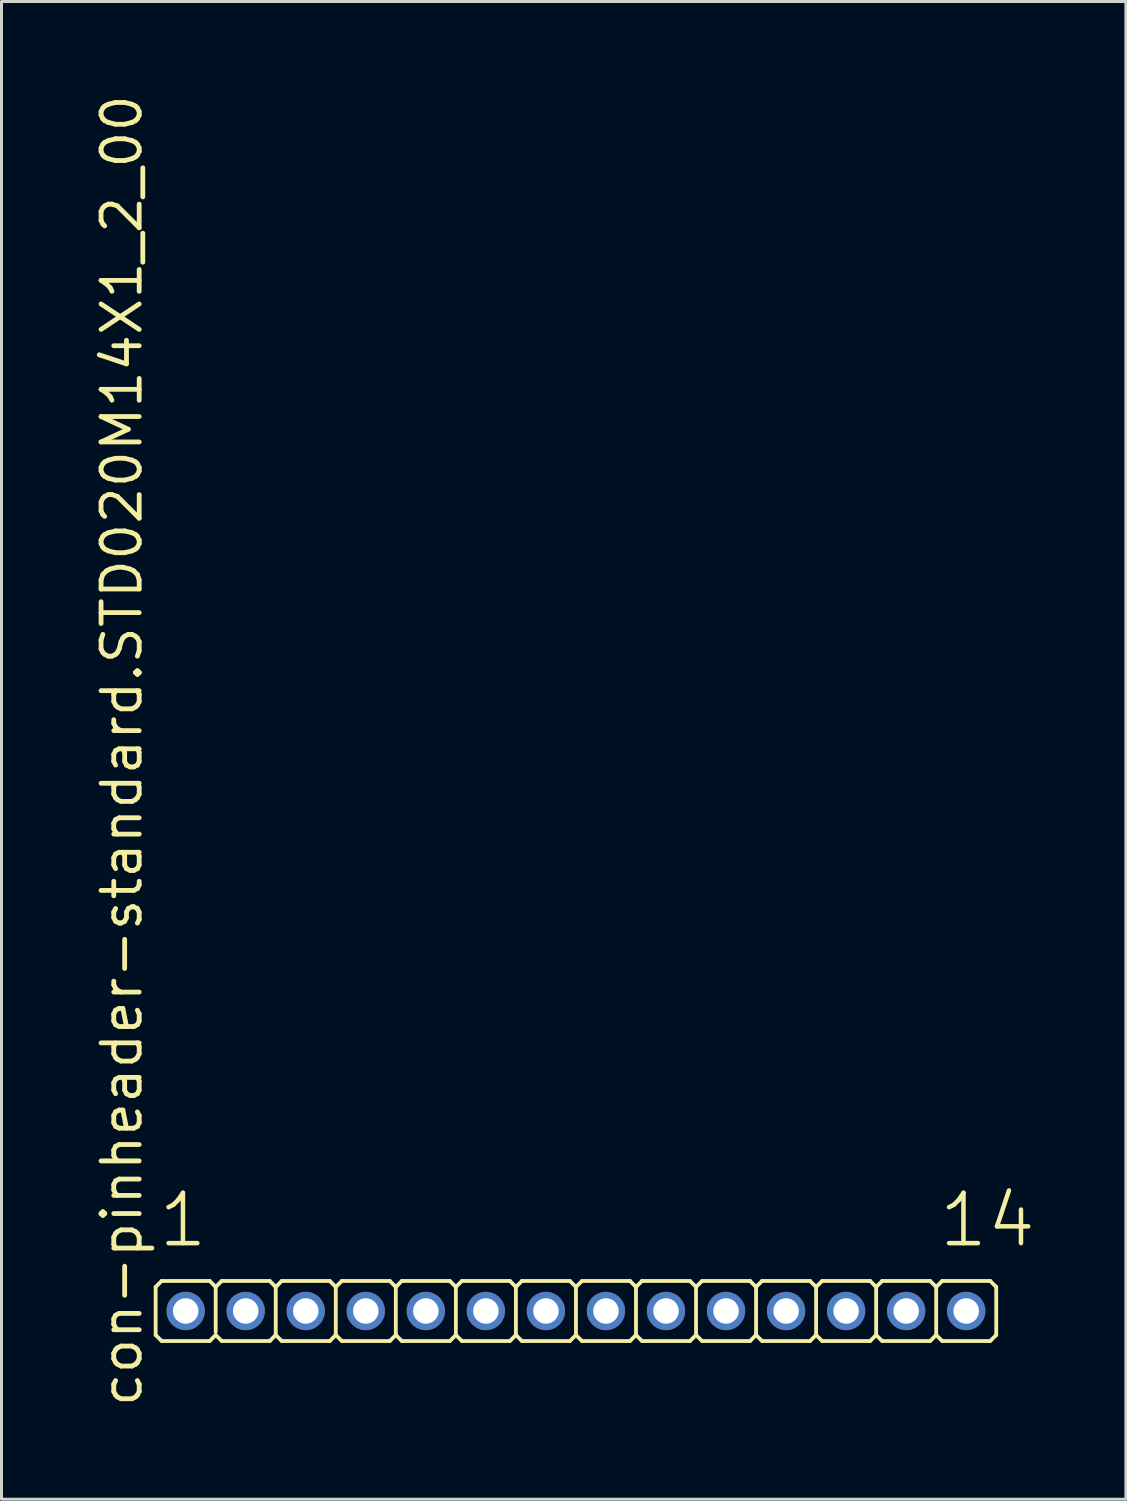
<source format=kicad_pcb>
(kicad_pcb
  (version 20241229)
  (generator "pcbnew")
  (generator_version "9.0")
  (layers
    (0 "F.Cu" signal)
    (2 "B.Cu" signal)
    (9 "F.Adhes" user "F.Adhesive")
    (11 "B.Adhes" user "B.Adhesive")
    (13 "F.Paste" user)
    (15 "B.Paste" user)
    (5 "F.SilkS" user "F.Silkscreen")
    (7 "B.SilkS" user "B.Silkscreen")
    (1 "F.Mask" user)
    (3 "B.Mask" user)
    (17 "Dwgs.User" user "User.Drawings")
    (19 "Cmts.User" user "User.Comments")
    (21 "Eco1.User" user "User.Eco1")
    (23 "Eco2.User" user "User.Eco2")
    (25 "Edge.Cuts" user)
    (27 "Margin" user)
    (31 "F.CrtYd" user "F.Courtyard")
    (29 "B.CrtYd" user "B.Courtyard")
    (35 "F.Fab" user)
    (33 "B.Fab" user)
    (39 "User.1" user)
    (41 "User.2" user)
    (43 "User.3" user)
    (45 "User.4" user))
  (footprint "con-pinheader-standard.STD020M14X1_2_00"
    (layer "F.Cu")
    (at 16.135 40.62)
    (property "Reference" "con-pinheader-standard.STD020M14X1_2_00" (at -14.385 3.27 90) (layer "F.SilkS") (effects (font (size 1.27 1.27) (thickness 0.16)) (justify left bottom)))
    (attr through_hole)
    (fp_line (start -14 0.8) (end -14 -0.8) (stroke (width 0.127) (type default)) (layer "F.SilkS"))
    (fp_line (start -13.8 -1) (end -14 -0.8) (stroke (width 0.127) (type default)) (layer "F.SilkS"))
    (fp_line (start -13.8 -1) (end -12.2 -1) (stroke (width 0.127) (type default)) (layer "F.SilkS"))
    (fp_line (start -13.8 1) (end -14 0.8) (stroke (width 0.127) (type default)) (layer "F.SilkS"))
    (fp_line (start -12.2 -1) (end -12 -0.8) (stroke (width 0.127) (type default)) (layer "F.SilkS"))
    (fp_line (start -12.2 1) (end -13.8 1) (stroke (width 0.127) (type default)) (layer "F.SilkS"))
    (fp_line (start -12.2 1) (end -12 0.8) (stroke (width 0.127) (type default)) (layer "F.SilkS"))
    (fp_line (start -12 -0.8) (end -12 0.7) (stroke (width 0.127) (type default)) (layer "F.SilkS"))
    (fp_line (start -11.8 -1) (end -12 -0.8) (stroke (width 0.127) (type default)) (layer "F.SilkS"))
    (fp_line (start -11.8 -1) (end -10.2 -1) (stroke (width 0.127) (type default)) (layer "F.SilkS"))
    (fp_line (start -11.8 1) (end -12 0.8) (stroke (width 0.127) (type default)) (layer "F.SilkS"))
    (fp_line (start -10.2 -1) (end -10 -0.8) (stroke (width 0.127) (type default)) (layer "F.SilkS"))
    (fp_line (start -10.2 1) (end -11.8 1) (stroke (width 0.127) (type default)) (layer "F.SilkS"))
    (fp_line (start -10.2 1) (end -10 0.8) (stroke (width 0.127) (type default)) (layer "F.SilkS"))
    (fp_line (start -10 -0.8) (end -10 0.8) (stroke (width 0.127) (type default)) (layer "F.SilkS"))
    (fp_line (start -9.8 -1) (end -10 -0.8) (stroke (width 0.127) (type default)) (layer "F.SilkS"))
    (fp_line (start -9.8 -1) (end -8.2 -1) (stroke (width 0.127) (type default)) (layer "F.SilkS"))
    (fp_line (start -9.8 1) (end -10 0.8) (stroke (width 0.127) (type default)) (layer "F.SilkS"))
    (fp_line (start -8.2 -1) (end -8 -0.8) (stroke (width 0.127) (type default)) (layer "F.SilkS"))
    (fp_line (start -8.2 1) (end -9.8 1) (stroke (width 0.127) (type default)) (layer "F.SilkS"))
    (fp_line (start -8.2 1) (end -8 0.8) (stroke (width 0.127) (type default)) (layer "F.SilkS"))
    (fp_line (start -8 -0.8) (end -8 0.8) (stroke (width 0.127) (type default)) (layer "F.SilkS"))
    (fp_line (start -7.8 -1) (end -8 -0.8) (stroke (width 0.127) (type default)) (layer "F.SilkS"))
    (fp_line (start -7.8 -1) (end -6.2 -1) (stroke (width 0.127) (type default)) (layer "F.SilkS"))
    (fp_line (start -7.8 1) (end -8 0.8) (stroke (width 0.127) (type default)) (layer "F.SilkS"))
    (fp_line (start -6.2 -1) (end -6 -0.8) (stroke (width 0.127) (type default)) (layer "F.SilkS"))
    (fp_line (start -6.2 1) (end -7.8 1) (stroke (width 0.127) (type default)) (layer "F.SilkS"))
    (fp_line (start -6.2 1) (end -6 0.8) (stroke (width 0.127) (type default)) (layer "F.SilkS"))
    (fp_line (start -6 -0.8) (end -6 0.8) (stroke (width 0.127) (type default)) (layer "F.SilkS"))
    (fp_line (start -5.8 -1) (end -6 -0.8) (stroke (width 0.127) (type default)) (layer "F.SilkS"))
    (fp_line (start -5.8 -1) (end -4.2 -1) (stroke (width 0.127) (type default)) (layer "F.SilkS"))
    (fp_line (start -5.8 1) (end -6 0.8) (stroke (width 0.127) (type default)) (layer "F.SilkS"))
    (fp_line (start -4.2 -1) (end -4 -0.8) (stroke (width 0.127) (type default)) (layer "F.SilkS"))
    (fp_line (start -4.2 1) (end -5.8 1) (stroke (width 0.127) (type default)) (layer "F.SilkS"))
    (fp_line (start -4.2 1) (end -4 0.8) (stroke (width 0.127) (type default)) (layer "F.SilkS"))
    (fp_line (start -4 -0.8) (end -4 0.8) (stroke (width 0.127) (type default)) (layer "F.SilkS"))
    (fp_line (start -3.8 -1) (end -4 -0.8) (stroke (width 0.127) (type default)) (layer "F.SilkS"))
    (fp_line (start -3.8 -1) (end -2.2 -1) (stroke (width 0.127) (type default)) (layer "F.SilkS"))
    (fp_line (start -3.8 1) (end -4 0.8) (stroke (width 0.127) (type default)) (layer "F.SilkS"))
    (fp_line (start -2.2 -1) (end -2 -0.8) (stroke (width 0.127) (type default)) (layer "F.SilkS"))
    (fp_line (start -2.2 1) (end -3.8 1) (stroke (width 0.127) (type default)) (layer "F.SilkS"))
    (fp_line (start -2.2 1) (end -2 0.8) (stroke (width 0.127) (type default)) (layer "F.SilkS"))
    (fp_line (start -2 -0.8) (end -2 0.8) (stroke (width 0.127) (type default)) (layer "F.SilkS"))
    (fp_line (start -1.8 -1) (end -2 -0.8) (stroke (width 0.127) (type default)) (layer "F.SilkS"))
    (fp_line (start -1.8 -1) (end -0.2 -1) (stroke (width 0.127) (type default)) (layer "F.SilkS"))
    (fp_line (start -1.8 1) (end -2 0.8) (stroke (width 0.127) (type default)) (layer "F.SilkS"))
    (fp_line (start -0.2 -1) (end 0 -0.8) (stroke (width 0.127) (type default)) (layer "F.SilkS"))
    (fp_line (start -0.2 1) (end -1.8 1) (stroke (width 0.127) (type default)) (layer "F.SilkS"))
    (fp_line (start -0.2 1) (end 0 0.8) (stroke (width 0.127) (type default)) (layer "F.SilkS"))
    (fp_line (start 0 -0.8) (end 0 0.8) (stroke (width 0.127) (type default)) (layer "F.SilkS"))
    (fp_line (start 0.2 -1) (end 0 -0.8) (stroke (width 0.127) (type default)) (layer "F.SilkS"))
    (fp_line (start 0.2 -1) (end 1.8 -1) (stroke (width 0.127) (type default)) (layer "F.SilkS"))
    (fp_line (start 0.2 1) (end 0 0.8) (stroke (width 0.127) (type default)) (layer "F.SilkS"))
    (fp_line (start 1.8 -1) (end 2 -0.8) (stroke (width 0.127) (type default)) (layer "F.SilkS"))
    (fp_line (start 1.8 1) (end 0.2 1) (stroke (width 0.127) (type default)) (layer "F.SilkS"))
    (fp_line (start 1.8 1) (end 2 0.8) (stroke (width 0.127) (type default)) (layer "F.SilkS"))
    (fp_line (start 2 -0.8) (end 2 0.8) (stroke (width 0.127) (type default)) (layer "F.SilkS"))
    (fp_line (start 2.2 -1) (end 2 -0.8) (stroke (width 0.127) (type default)) (layer "F.SilkS"))
    (fp_line (start 2.2 -1) (end 3.8 -1) (stroke (width 0.127) (type default)) (layer "F.SilkS"))
    (fp_line (start 2.2 1) (end 2 0.8) (stroke (width 0.127) (type default)) (layer "F.SilkS"))
    (fp_line (start 3.8 -1) (end 4 -0.8) (stroke (width 0.127) (type default)) (layer "F.SilkS"))
    (fp_line (start 3.8 1) (end 2.2 1) (stroke (width 0.127) (type default)) (layer "F.SilkS"))
    (fp_line (start 3.8 1) (end 4 0.8) (stroke (width 0.127) (type default)) (layer "F.SilkS"))
    (fp_line (start 4 -0.8) (end 4 0.8) (stroke (width 0.127) (type default)) (layer "F.SilkS"))
    (fp_line (start 4.2 -1) (end 4 -0.8) (stroke (width 0.127) (type default)) (layer "F.SilkS"))
    (fp_line (start 4.2 -1) (end 5.8 -1) (stroke (width 0.127) (type default)) (layer "F.SilkS"))
    (fp_line (start 4.2 1) (end 4 0.8) (stroke (width 0.127) (type default)) (layer "F.SilkS"))
    (fp_line (start 5.8 -1) (end 6 -0.8) (stroke (width 0.127) (type default)) (layer "F.SilkS"))
    (fp_line (start 5.8 1) (end 4.2 1) (stroke (width 0.127) (type default)) (layer "F.SilkS"))
    (fp_line (start 5.8 1) (end 6 0.8) (stroke (width 0.127) (type default)) (layer "F.SilkS"))
    (fp_line (start 6 -0.8) (end 6 0.8) (stroke (width 0.127) (type default)) (layer "F.SilkS"))
    (fp_line (start 6.2 -1) (end 6 -0.8) (stroke (width 0.127) (type default)) (layer "F.SilkS"))
    (fp_line (start 6.2 -1) (end 7.8 -1) (stroke (width 0.127) (type default)) (layer "F.SilkS"))
    (fp_line (start 6.2 1) (end 6 0.8) (stroke (width 0.127) (type default)) (layer "F.SilkS"))
    (fp_line (start 7.8 -1) (end 8 -0.8) (stroke (width 0.127) (type default)) (layer "F.SilkS"))
    (fp_line (start 7.8 1) (end 6.2 1) (stroke (width 0.127) (type default)) (layer "F.SilkS"))
    (fp_line (start 7.8 1) (end 8 0.8) (stroke (width 0.127) (type default)) (layer "F.SilkS"))
    (fp_line (start 8 -0.8) (end 8 0.8) (stroke (width 0.127) (type default)) (layer "F.SilkS"))
    (fp_line (start 8.2 -1) (end 8 -0.8) (stroke (width 0.127) (type default)) (layer "F.SilkS"))
    (fp_line (start 8.2 -1) (end 9.8 -1) (stroke (width 0.127) (type default)) (layer "F.SilkS"))
    (fp_line (start 8.2 1) (end 8 0.8) (stroke (width 0.127) (type default)) (layer "F.SilkS"))
    (fp_line (start 9.8 -1) (end 10 -0.8) (stroke (width 0.127) (type default)) (layer "F.SilkS"))
    (fp_line (start 9.8 1) (end 8.2 1) (stroke (width 0.127) (type default)) (layer "F.SilkS"))
    (fp_line (start 9.8 1) (end 10 0.8) (stroke (width 0.127) (type default)) (layer "F.SilkS"))
    (fp_line (start 10 -0.8) (end 10 0.8) (stroke (width 0.127) (type default)) (layer "F.SilkS"))
    (fp_line (start 10.2 -1) (end 10 -0.8) (stroke (width 0.127) (type default)) (layer "F.SilkS"))
    (fp_line (start 10.2 -1) (end 11.8 -1) (stroke (width 0.127) (type default)) (layer "F.SilkS"))
    (fp_line (start 10.2 1) (end 10 0.8) (stroke (width 0.127) (type default)) (layer "F.SilkS"))
    (fp_line (start 11.8 -1) (end 12 -0.8) (stroke (width 0.127) (type default)) (layer "F.SilkS"))
    (fp_line (start 11.8 1) (end 10.2 1) (stroke (width 0.127) (type default)) (layer "F.SilkS"))
    (fp_line (start 11.8 1) (end 12 0.8) (stroke (width 0.127) (type default)) (layer "F.SilkS"))
    (fp_line (start 12 -0.8) (end 12 0.8) (stroke (width 0.127) (type default)) (layer "F.SilkS"))
    (fp_line (start 12.2 -1) (end 12 -0.8) (stroke (width 0.127) (type default)) (layer "F.SilkS"))
    (fp_line (start 12.2 -1) (end 13.8 -1) (stroke (width 0.127) (type default)) (layer "F.SilkS"))
    (fp_line (start 12.2 1) (end 12 0.8) (stroke (width 0.127) (type default)) (layer "F.SilkS"))
    (fp_line (start 13.8 -1) (end 14 -0.8) (stroke (width 0.127) (type default)) (layer "F.SilkS"))
    (fp_line (start 13.8 1) (end 12.2 1) (stroke (width 0.127) (type default)) (layer "F.SilkS"))
    (fp_line (start 13.8 1) (end 14 0.8) (stroke (width 0.127) (type default)) (layer "F.SilkS"))
    (fp_line (start 14 -0.8) (end 14 0.8) (stroke (width 0.127) (type default)) (layer "F.SilkS"))
    (fp_rect (start -13.25 0.25) (end -12.75 -0.25) (stroke (width 0.05) (type default)) (fill no) (layer "F.Fab"))
    (fp_rect (start -11.25 0.25) (end -10.75 -0.25) (stroke (width 0.05) (type default)) (fill no) (layer "F.Fab"))
    (fp_rect (start -9.25 0.25) (end -8.75 -0.25) (stroke (width 0.05) (type default)) (fill no) (layer "F.Fab"))
    (fp_rect (start -7.25 0.25) (end -6.75 -0.25) (stroke (width 0.05) (type default)) (fill no) (layer "F.Fab"))
    (fp_rect (start -5.25 0.25) (end -4.75 -0.25) (stroke (width 0.05) (type default)) (fill no) (layer "F.Fab"))
    (fp_rect (start -3.25 0.25) (end -2.75 -0.25) (stroke (width 0.05) (type default)) (fill no) (layer "F.Fab"))
    (fp_rect (start -1.25 0.25) (end -0.75 -0.25) (stroke (width 0.05) (type default)) (fill no) (layer "F.Fab"))
    (fp_rect (start 0.75 0.25) (end 1.25 -0.25) (stroke (width 0.05) (type default)) (fill no) (layer "F.Fab"))
    (fp_rect (start 2.75 0.25) (end 3.25 -0.25) (stroke (width 0.05) (type default)) (fill no) (layer "F.Fab"))
    (fp_rect (start 4.75 0.25) (end 5.25 -0.25) (stroke (width 0.05) (type default)) (fill no) (layer "F.Fab"))
    (fp_rect (start 6.75 0.25) (end 7.25 -0.25) (stroke (width 0.05) (type default)) (fill no) (layer "F.Fab"))
    (fp_rect (start 8.75 0.25) (end 9.25 -0.25) (stroke (width 0.05) (type default)) (fill no) (layer "F.Fab"))
    (fp_rect (start 10.75 0.25) (end 11.25 -0.25) (stroke (width 0.05) (type default)) (fill no) (layer "F.Fab"))
    (fp_rect (start 12.75 0.25) (end 13.25 -0.25) (stroke (width 0.05) (type default)) (fill no) (layer "F.Fab"))
    (fp_text user "14" (at 12.012 -2.048 0) (layer "F.SilkS") (effects (font (size 1.676 1.676) (thickness 0.15)) (justify left bottom)))
    (fp_text user "1" (at -13.988 -2.048 0) (layer "F.SilkS") (effects (font (size 1.676 1.676) (thickness 0.15)) (justify left bottom)))
    (pad "1" thru_hole circle (at -13 0) (size 1.275 1.275) (drill 0.85) (layers "*.Cu" "*.Mask"))
    (pad "2" thru_hole circle (at -11 0) (size 1.275 1.275) (drill 0.85) (layers "*.Cu" "*.Mask"))
    (pad "3" thru_hole circle (at -9 0) (size 1.275 1.275) (drill 0.85) (layers "*.Cu" "*.Mask"))
    (pad "4" thru_hole circle (at -7 0) (size 1.275 1.275) (drill 0.85) (layers "*.Cu" "*.Mask"))
    (pad "5" thru_hole circle (at -5 0) (size 1.275 1.275) (drill 0.85) (layers "*.Cu" "*.Mask"))
    (pad "6" thru_hole circle (at -3 0) (size 1.275 1.275) (drill 0.85) (layers "*.Cu" "*.Mask"))
    (pad "7" thru_hole circle (at -1 0) (size 1.275 1.275) (drill 0.85) (layers "*.Cu" "*.Mask"))
    (pad "8" thru_hole circle (at 1 0) (size 1.275 1.275) (drill 0.85) (layers "*.Cu" "*.Mask"))
    (pad "9" thru_hole circle (at 3 0) (size 1.275 1.275) (drill 0.85) (layers "*.Cu" "*.Mask"))
    (pad "10" thru_hole circle (at 5 0) (size 1.275 1.275) (drill 0.85) (layers "*.Cu" "*.Mask"))
    (pad "11" thru_hole circle (at 7 0) (size 1.275 1.275) (drill 0.85) (layers "*.Cu" "*.Mask"))
    (pad "12" thru_hole circle (at 9 0) (size 1.275 1.275) (drill 0.85) (layers "*.Cu" "*.Mask"))
    (pad "13" thru_hole circle (at 11 0) (size 1.275 1.275) (drill 0.85) (layers "*.Cu" "*.Mask"))
    (pad "14" thru_hole circle (at 13 0) (size 1.275 1.275) (drill 0.85) (layers "*.Cu" "*.Mask")))
  (gr_rect
    (start -3 -3)
    (end 34.455 46.89)
    (stroke (width 0.1) (type default))
    (fill no)
    (layer "Edge.Cuts")))
</source>
